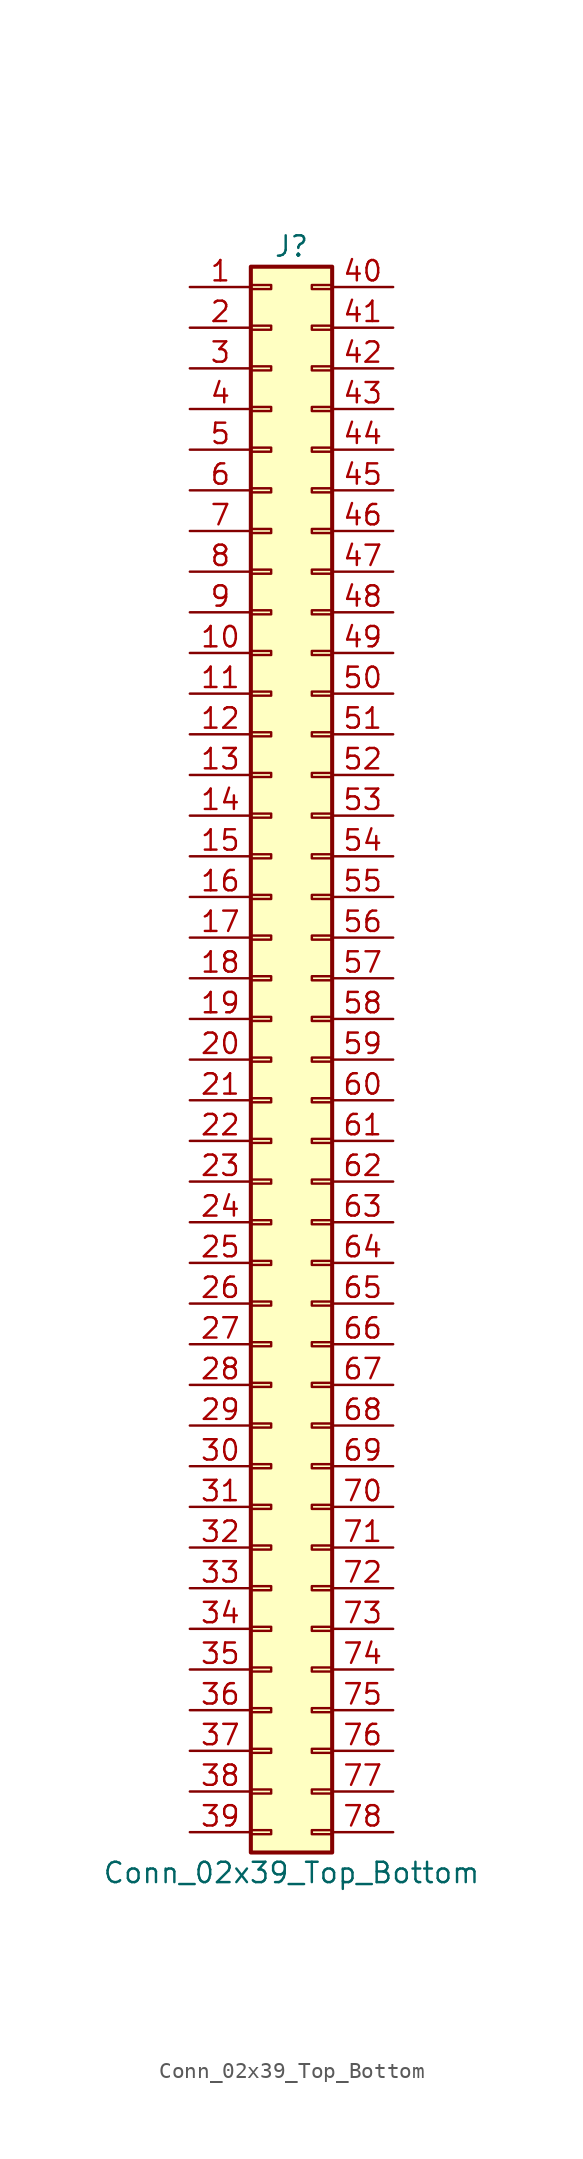
<source format=kicad_sym>
(kicad_symbol_lib
  (version 20201005)
  (generator kicad_symbol_editor)
  (symbol "Connector_Generic:Conn_02x39_Top_Bottom"
    (pin_names
      (offset 1.016) hide)
    (property "Reference" "J"
      (at 1.27 50.8 0)
      (effects (font (size 1.27 1.27))))
    (property "Value" "Conn_02x39_Top_Bottom"
      (at 1.27 -50.8 0)
      (effects (font (size 1.27 1.27))))
    (symbol "Conn_02x39_Top_Bottom_1_1"
      (rectangle (start -1.27 -27.813) (end 0 -28.067) (stroke (width 0.152)) (fill (type none)))
      (rectangle (start -1.27 -30.353) (end 0 -30.607) (stroke (width 0.152)) (fill (type none)))
      (rectangle (start -1.27 -32.893) (end 0 -33.147) (stroke (width 0.152)) (fill (type none)))
      (rectangle (start -1.27 -35.433) (end 0 -35.687) (stroke (width 0.152)) (fill (type none)))
      (rectangle (start -1.27 -37.973) (end 0 -38.227) (stroke (width 0.152)) (fill (type none)))
      (rectangle (start -1.27 -40.513) (end 0 -40.767) (stroke (width 0.152)) (fill (type none)))
      (rectangle (start -1.27 -43.053) (end 0 -43.307) (stroke (width 0.152)) (fill (type none)))
      (rectangle (start -1.27 -45.593) (end 0 -45.847) (stroke (width 0.152)) (fill (type none)))
      (rectangle (start -1.27 -48.133) (end 0 -48.387) (stroke (width 0.152)) (fill (type none)))
      (rectangle (start -1.27 -4.953) (end 0 -5.207) (stroke (width 0.152)) (fill (type none)))
      (rectangle (start -1.27 -7.493) (end 0 -7.747) (stroke (width 0.152)) (fill (type none)))
      (rectangle (start -1.27 -10.033) (end 0 -10.287) (stroke (width 0.152)) (fill (type none)))
      (rectangle (start -1.27 -12.573) (end 0 -12.827) (stroke (width 0.152)) (fill (type none)))
      (rectangle (start -1.27 -15.113) (end 0 -15.367) (stroke (width 0.152)) (fill (type none)))
      (rectangle (start -1.27 -17.653) (end 0 -17.907) (stroke (width 0.152)) (fill (type none)))
      (rectangle (start -1.27 -20.193) (end 0 -20.447) (stroke (width 0.152)) (fill (type none)))
      (rectangle (start -1.27 -22.733) (end 0 -22.987) (stroke (width 0.152)) (fill (type none)))
      (rectangle (start -1.27 -2.413) (end 0 -2.667) (stroke (width 0.152)) (fill (type none)))
      (rectangle (start -1.27 -25.273) (end 0 -25.527) (stroke (width 0.152)) (fill (type none)))
      (rectangle (start -1.27 25.527) (end 0 25.273) (stroke (width 0.152)) (fill (type none)))
      (rectangle (start -1.27 2.667) (end 0 2.413) (stroke (width 0.152)) (fill (type none)))
      (rectangle (start -1.27 28.067) (end 0 27.813) (stroke (width 0.152)) (fill (type none)))
      (rectangle (start -1.27 30.607) (end 0 30.353) (stroke (width 0.152)) (fill (type none)))
      (rectangle (start -1.27 33.147) (end 0 32.893) (stroke (width 0.152)) (fill (type none)))
      (rectangle (start -1.27 35.687) (end 0 35.433) (stroke (width 0.152)) (fill (type none)))
      (rectangle (start -1.27 38.227) (end 0 37.973) (stroke (width 0.152)) (fill (type none)))
      (rectangle (start -1.27 40.767) (end 0 40.513) (stroke (width 0.152)) (fill (type none)))
      (rectangle (start -1.27 43.307) (end 0 43.053) (stroke (width 0.152)) (fill (type none)))
      (rectangle (start -1.27 45.847) (end 0 45.593) (stroke (width 0.152)) (fill (type none)))
      (rectangle (start -1.27 48.387) (end 0 48.133) (stroke (width 0.152)) (fill (type none)))
      (rectangle (start -1.27 49.53) (end 3.81 -49.53) (stroke (width 0.254)) (fill (type background)))
      (rectangle (start -1.27 5.207) (end 0 4.953) (stroke (width 0.152)) (fill (type none)))
      (rectangle (start -1.27 7.747) (end 0 7.493) (stroke (width 0.152)) (fill (type none)))
      (rectangle (start -1.27 10.287) (end 0 10.033) (stroke (width 0.152)) (fill (type none)))
      (rectangle (start -1.27 0.127) (end 0 -0.127) (stroke (width 0.152)) (fill (type none)))
      (rectangle (start -1.27 12.827) (end 0 12.573) (stroke (width 0.152)) (fill (type none)))
      (rectangle (start -1.27 15.367) (end 0 15.113) (stroke (width 0.152)) (fill (type none)))
      (rectangle (start -1.27 17.907) (end 0 17.653) (stroke (width 0.152)) (fill (type none)))
      (rectangle (start -1.27 20.447) (end 0 20.193) (stroke (width 0.152)) (fill (type none)))
      (rectangle (start -1.27 22.987) (end 0 22.733) (stroke (width 0.152)) (fill (type none)))
      (rectangle (start 3.81 -27.813) (end 2.54 -28.067) (stroke (width 0.152)) (fill (type none)))
      (rectangle (start 3.81 -30.353) (end 2.54 -30.607) (stroke (width 0.152)) (fill (type none)))
      (rectangle (start 3.81 -32.893) (end 2.54 -33.147) (stroke (width 0.152)) (fill (type none)))
      (rectangle (start 3.81 -35.433) (end 2.54 -35.687) (stroke (width 0.152)) (fill (type none)))
      (rectangle (start 3.81 -37.973) (end 2.54 -38.227) (stroke (width 0.152)) (fill (type none)))
      (rectangle (start 3.81 -40.513) (end 2.54 -40.767) (stroke (width 0.152)) (fill (type none)))
      (rectangle (start 3.81 -43.053) (end 2.54 -43.307) (stroke (width 0.152)) (fill (type none)))
      (rectangle (start 3.81 -45.593) (end 2.54 -45.847) (stroke (width 0.152)) (fill (type none)))
      (rectangle (start 3.81 -48.133) (end 2.54 -48.387) (stroke (width 0.152)) (fill (type none)))
      (rectangle (start 3.81 -4.953) (end 2.54 -5.207) (stroke (width 0.152)) (fill (type none)))
      (rectangle (start 3.81 -7.493) (end 2.54 -7.747) (stroke (width 0.152)) (fill (type none)))
      (rectangle (start 3.81 -10.033) (end 2.54 -10.287) (stroke (width 0.152)) (fill (type none)))
      (rectangle (start 3.81 -12.573) (end 2.54 -12.827) (stroke (width 0.152)) (fill (type none)))
      (rectangle (start 3.81 -15.113) (end 2.54 -15.367) (stroke (width 0.152)) (fill (type none)))
      (rectangle (start 3.81 -17.653) (end 2.54 -17.907) (stroke (width 0.152)) (fill (type none)))
      (rectangle (start 3.81 -20.193) (end 2.54 -20.447) (stroke (width 0.152)) (fill (type none)))
      (rectangle (start 3.81 -22.733) (end 2.54 -22.987) (stroke (width 0.152)) (fill (type none)))
      (rectangle (start 3.81 -2.413) (end 2.54 -2.667) (stroke (width 0.152)) (fill (type none)))
      (rectangle (start 3.81 -25.273) (end 2.54 -25.527) (stroke (width 0.152)) (fill (type none)))
      (rectangle (start 3.81 25.527) (end 2.54 25.273) (stroke (width 0.152)) (fill (type none)))
      (rectangle (start 3.81 2.667) (end 2.54 2.413) (stroke (width 0.152)) (fill (type none)))
      (rectangle (start 3.81 28.067) (end 2.54 27.813) (stroke (width 0.152)) (fill (type none)))
      (rectangle (start 3.81 30.607) (end 2.54 30.353) (stroke (width 0.152)) (fill (type none)))
      (rectangle (start 3.81 33.147) (end 2.54 32.893) (stroke (width 0.152)) (fill (type none)))
      (rectangle (start 3.81 35.687) (end 2.54 35.433) (stroke (width 0.152)) (fill (type none)))
      (rectangle (start 3.81 38.227) (end 2.54 37.973) (stroke (width 0.152)) (fill (type none)))
      (rectangle (start 3.81 40.767) (end 2.54 40.513) (stroke (width 0.152)) (fill (type none)))
      (rectangle (start 3.81 43.307) (end 2.54 43.053) (stroke (width 0.152)) (fill (type none)))
      (rectangle (start 3.81 45.847) (end 2.54 45.593) (stroke (width 0.152)) (fill (type none)))
      (rectangle (start 3.81 48.387) (end 2.54 48.133) (stroke (width 0.152)) (fill (type none)))
      (rectangle (start 3.81 5.207) (end 2.54 4.953) (stroke (width 0.152)) (fill (type none)))
      (rectangle (start 3.81 7.747) (end 2.54 7.493) (stroke (width 0.152)) (fill (type none)))
      (rectangle (start 3.81 10.287) (end 2.54 10.033) (stroke (width 0.152)) (fill (type none)))
      (rectangle (start 3.81 0.127) (end 2.54 -0.127) (stroke (width 0.152)) (fill (type none)))
      (rectangle (start 3.81 12.827) (end 2.54 12.573) (stroke (width 0.152)) (fill (type none)))
      (rectangle (start 3.81 15.367) (end 2.54 15.113) (stroke (width 0.152)) (fill (type none)))
      (rectangle (start 3.81 17.907) (end 2.54 17.653) (stroke (width 0.152)) (fill (type none)))
      (rectangle (start 3.81 20.447) (end 2.54 20.193) (stroke (width 0.152)) (fill (type none)))
      (rectangle (start 3.81 22.987) (end 2.54 22.733) (stroke (width 0.152)) (fill (type none)))
      (pin passive line (at -5.08 48.26 0) (length 3.81) (name "Pin_1" (effects (font (size 1.27 1.27)))) (number "1" (effects (font (size 1.27 1.27)))))
      (pin passive line (at -5.08 25.4 0) (length 3.81) (name "Pin_10" (effects (font (size 1.27 1.27)))) (number "10" (effects (font (size 1.27 1.27)))))
      (pin passive line (at -5.08 22.86 0) (length 3.81) (name "Pin_11" (effects (font (size 1.27 1.27)))) (number "11" (effects (font (size 1.27 1.27)))))
      (pin passive line (at -5.08 20.32 0) (length 3.81) (name "Pin_12" (effects (font (size 1.27 1.27)))) (number "12" (effects (font (size 1.27 1.27)))))
      (pin passive line (at -5.08 17.78 0) (length 3.81) (name "Pin_13" (effects (font (size 1.27 1.27)))) (number "13" (effects (font (size 1.27 1.27)))))
      (pin passive line (at -5.08 15.24 0) (length 3.81) (name "Pin_14" (effects (font (size 1.27 1.27)))) (number "14" (effects (font (size 1.27 1.27)))))
      (pin passive line (at -5.08 12.7 0) (length 3.81) (name "Pin_15" (effects (font (size 1.27 1.27)))) (number "15" (effects (font (size 1.27 1.27)))))
      (pin passive line (at -5.08 10.16 0) (length 3.81) (name "Pin_16" (effects (font (size 1.27 1.27)))) (number "16" (effects (font (size 1.27 1.27)))))
      (pin passive line (at -5.08 7.62 0) (length 3.81) (name "Pin_17" (effects (font (size 1.27 1.27)))) (number "17" (effects (font (size 1.27 1.27)))))
      (pin passive line (at -5.08 5.08 0) (length 3.81) (name "Pin_18" (effects (font (size 1.27 1.27)))) (number "18" (effects (font (size 1.27 1.27)))))
      (pin passive line (at -5.08 2.54 0) (length 3.81) (name "Pin_19" (effects (font (size 1.27 1.27)))) (number "19" (effects (font (size 1.27 1.27)))))
      (pin passive line (at -5.08 45.72 0) (length 3.81) (name "Pin_2" (effects (font (size 1.27 1.27)))) (number "2" (effects (font (size 1.27 1.27)))))
      (pin passive line (at -5.08 0 0) (length 3.81) (name "Pin_20" (effects (font (size 1.27 1.27)))) (number "20" (effects (font (size 1.27 1.27)))))
      (pin passive line (at -5.08 -2.54 0) (length 3.81) (name "Pin_21" (effects (font (size 1.27 1.27)))) (number "21" (effects (font (size 1.27 1.27)))))
      (pin passive line (at -5.08 -5.08 0) (length 3.81) (name "Pin_22" (effects (font (size 1.27 1.27)))) (number "22" (effects (font (size 1.27 1.27)))))
      (pin passive line (at -5.08 -7.62 0) (length 3.81) (name "Pin_23" (effects (font (size 1.27 1.27)))) (number "23" (effects (font (size 1.27 1.27)))))
      (pin passive line (at -5.08 -10.16 0) (length 3.81) (name "Pin_24" (effects (font (size 1.27 1.27)))) (number "24" (effects (font (size 1.27 1.27)))))
      (pin passive line (at -5.08 -12.7 0) (length 3.81) (name "Pin_25" (effects (font (size 1.27 1.27)))) (number "25" (effects (font (size 1.27 1.27)))))
      (pin passive line (at -5.08 -15.24 0) (length 3.81) (name "Pin_26" (effects (font (size 1.27 1.27)))) (number "26" (effects (font (size 1.27 1.27)))))
      (pin passive line (at -5.08 -17.78 0) (length 3.81) (name "Pin_27" (effects (font (size 1.27 1.27)))) (number "27" (effects (font (size 1.27 1.27)))))
      (pin passive line (at -5.08 -20.32 0) (length 3.81) (name "Pin_28" (effects (font (size 1.27 1.27)))) (number "28" (effects (font (size 1.27 1.27)))))
      (pin passive line (at -5.08 -22.86 0) (length 3.81) (name "Pin_29" (effects (font (size 1.27 1.27)))) (number "29" (effects (font (size 1.27 1.27)))))
      (pin passive line (at -5.08 43.18 0) (length 3.81) (name "Pin_3" (effects (font (size 1.27 1.27)))) (number "3" (effects (font (size 1.27 1.27)))))
      (pin passive line (at -5.08 -25.4 0) (length 3.81) (name "Pin_30" (effects (font (size 1.27 1.27)))) (number "30" (effects (font (size 1.27 1.27)))))
      (pin passive line (at -5.08 -27.94 0) (length 3.81) (name "Pin_31" (effects (font (size 1.27 1.27)))) (number "31" (effects (font (size 1.27 1.27)))))
      (pin passive line (at -5.08 -30.48 0) (length 3.81) (name "Pin_32" (effects (font (size 1.27 1.27)))) (number "32" (effects (font (size 1.27 1.27)))))
      (pin passive line (at -5.08 -33.02 0) (length 3.81) (name "Pin_33" (effects (font (size 1.27 1.27)))) (number "33" (effects (font (size 1.27 1.27)))))
      (pin passive line (at -5.08 -35.56 0) (length 3.81) (name "Pin_34" (effects (font (size 1.27 1.27)))) (number "34" (effects (font (size 1.27 1.27)))))
      (pin passive line (at -5.08 -38.1 0) (length 3.81) (name "Pin_35" (effects (font (size 1.27 1.27)))) (number "35" (effects (font (size 1.27 1.27)))))
      (pin passive line (at -5.08 -40.64 0) (length 3.81) (name "Pin_36" (effects (font (size 1.27 1.27)))) (number "36" (effects (font (size 1.27 1.27)))))
      (pin passive line (at -5.08 -43.18 0) (length 3.81) (name "Pin_37" (effects (font (size 1.27 1.27)))) (number "37" (effects (font (size 1.27 1.27)))))
      (pin passive line (at -5.08 -45.72 0) (length 3.81) (name "Pin_38" (effects (font (size 1.27 1.27)))) (number "38" (effects (font (size 1.27 1.27)))))
      (pin passive line (at -5.08 -48.26 0) (length 3.81) (name "Pin_39" (effects (font (size 1.27 1.27)))) (number "39" (effects (font (size 1.27 1.27)))))
      (pin passive line (at -5.08 40.64 0) (length 3.81) (name "Pin_4" (effects (font (size 1.27 1.27)))) (number "4" (effects (font (size 1.27 1.27)))))
      (pin passive line (at 7.62 48.26 180) (length 3.81) (name "Pin_40" (effects (font (size 1.27 1.27)))) (number "40" (effects (font (size 1.27 1.27)))))
      (pin passive line (at 7.62 45.72 180) (length 3.81) (name "Pin_41" (effects (font (size 1.27 1.27)))) (number "41" (effects (font (size 1.27 1.27)))))
      (pin passive line (at 7.62 43.18 180) (length 3.81) (name "Pin_42" (effects (font (size 1.27 1.27)))) (number "42" (effects (font (size 1.27 1.27)))))
      (pin passive line (at 7.62 40.64 180) (length 3.81) (name "Pin_43" (effects (font (size 1.27 1.27)))) (number "43" (effects (font (size 1.27 1.27)))))
      (pin passive line (at 7.62 38.1 180) (length 3.81) (name "Pin_44" (effects (font (size 1.27 1.27)))) (number "44" (effects (font (size 1.27 1.27)))))
      (pin passive line (at 7.62 35.56 180) (length 3.81) (name "Pin_45" (effects (font (size 1.27 1.27)))) (number "45" (effects (font (size 1.27 1.27)))))
      (pin passive line (at 7.62 33.02 180) (length 3.81) (name "Pin_46" (effects (font (size 1.27 1.27)))) (number "46" (effects (font (size 1.27 1.27)))))
      (pin passive line (at 7.62 30.48 180) (length 3.81) (name "Pin_47" (effects (font (size 1.27 1.27)))) (number "47" (effects (font (size 1.27 1.27)))))
      (pin passive line (at 7.62 27.94 180) (length 3.81) (name "Pin_48" (effects (font (size 1.27 1.27)))) (number "48" (effects (font (size 1.27 1.27)))))
      (pin passive line (at 7.62 25.4 180) (length 3.81) (name "Pin_49" (effects (font (size 1.27 1.27)))) (number "49" (effects (font (size 1.27 1.27)))))
      (pin passive line (at -5.08 38.1 0) (length 3.81) (name "Pin_5" (effects (font (size 1.27 1.27)))) (number "5" (effects (font (size 1.27 1.27)))))
      (pin passive line (at 7.62 22.86 180) (length 3.81) (name "Pin_50" (effects (font (size 1.27 1.27)))) (number "50" (effects (font (size 1.27 1.27)))))
      (pin passive line (at 7.62 20.32 180) (length 3.81) (name "Pin_51" (effects (font (size 1.27 1.27)))) (number "51" (effects (font (size 1.27 1.27)))))
      (pin passive line (at 7.62 17.78 180) (length 3.81) (name "Pin_52" (effects (font (size 1.27 1.27)))) (number "52" (effects (font (size 1.27 1.27)))))
      (pin passive line (at 7.62 15.24 180) (length 3.81) (name "Pin_53" (effects (font (size 1.27 1.27)))) (number "53" (effects (font (size 1.27 1.27)))))
      (pin passive line (at 7.62 12.7 180) (length 3.81) (name "Pin_54" (effects (font (size 1.27 1.27)))) (number "54" (effects (font (size 1.27 1.27)))))
      (pin passive line (at 7.62 10.16 180) (length 3.81) (name "Pin_55" (effects (font (size 1.27 1.27)))) (number "55" (effects (font (size 1.27 1.27)))))
      (pin passive line (at 7.62 7.62 180) (length 3.81) (name "Pin_56" (effects (font (size 1.27 1.27)))) (number "56" (effects (font (size 1.27 1.27)))))
      (pin passive line (at 7.62 5.08 180) (length 3.81) (name "Pin_57" (effects (font (size 1.27 1.27)))) (number "57" (effects (font (size 1.27 1.27)))))
      (pin passive line (at 7.62 2.54 180) (length 3.81) (name "Pin_58" (effects (font (size 1.27 1.27)))) (number "58" (effects (font (size 1.27 1.27)))))
      (pin passive line (at 7.62 0 180) (length 3.81) (name "Pin_59" (effects (font (size 1.27 1.27)))) (number "59" (effects (font (size 1.27 1.27)))))
      (pin passive line (at -5.08 35.56 0) (length 3.81) (name "Pin_6" (effects (font (size 1.27 1.27)))) (number "6" (effects (font (size 1.27 1.27)))))
      (pin passive line (at 7.62 -2.54 180) (length 3.81) (name "Pin_60" (effects (font (size 1.27 1.27)))) (number "60" (effects (font (size 1.27 1.27)))))
      (pin passive line (at 7.62 -5.08 180) (length 3.81) (name "Pin_61" (effects (font (size 1.27 1.27)))) (number "61" (effects (font (size 1.27 1.27)))))
      (pin passive line (at 7.62 -7.62 180) (length 3.81) (name "Pin_62" (effects (font (size 1.27 1.27)))) (number "62" (effects (font (size 1.27 1.27)))))
      (pin passive line (at 7.62 -10.16 180) (length 3.81) (name "Pin_63" (effects (font (size 1.27 1.27)))) (number "63" (effects (font (size 1.27 1.27)))))
      (pin passive line (at 7.62 -12.7 180) (length 3.81) (name "Pin_64" (effects (font (size 1.27 1.27)))) (number "64" (effects (font (size 1.27 1.27)))))
      (pin passive line (at 7.62 -15.24 180) (length 3.81) (name "Pin_65" (effects (font (size 1.27 1.27)))) (number "65" (effects (font (size 1.27 1.27)))))
      (pin passive line (at 7.62 -17.78 180) (length 3.81) (name "Pin_66" (effects (font (size 1.27 1.27)))) (number "66" (effects (font (size 1.27 1.27)))))
      (pin passive line (at 7.62 -20.32 180) (length 3.81) (name "Pin_67" (effects (font (size 1.27 1.27)))) (number "67" (effects (font (size 1.27 1.27)))))
      (pin passive line (at 7.62 -22.86 180) (length 3.81) (name "Pin_68" (effects (font (size 1.27 1.27)))) (number "68" (effects (font (size 1.27 1.27)))))
      (pin passive line (at 7.62 -25.4 180) (length 3.81) (name "Pin_69" (effects (font (size 1.27 1.27)))) (number "69" (effects (font (size 1.27 1.27)))))
      (pin passive line (at -5.08 33.02 0) (length 3.81) (name "Pin_7" (effects (font (size 1.27 1.27)))) (number "7" (effects (font (size 1.27 1.27)))))
      (pin passive line (at 7.62 -27.94 180) (length 3.81) (name "Pin_70" (effects (font (size 1.27 1.27)))) (number "70" (effects (font (size 1.27 1.27)))))
      (pin passive line (at 7.62 -30.48 180) (length 3.81) (name "Pin_71" (effects (font (size 1.27 1.27)))) (number "71" (effects (font (size 1.27 1.27)))))
      (pin passive line (at 7.62 -33.02 180) (length 3.81) (name "Pin_72" (effects (font (size 1.27 1.27)))) (number "72" (effects (font (size 1.27 1.27)))))
      (pin passive line (at 7.62 -35.56 180) (length 3.81) (name "Pin_73" (effects (font (size 1.27 1.27)))) (number "73" (effects (font (size 1.27 1.27)))))
      (pin passive line (at 7.62 -38.1 180) (length 3.81) (name "Pin_74" (effects (font (size 1.27 1.27)))) (number "74" (effects (font (size 1.27 1.27)))))
      (pin passive line (at 7.62 -40.64 180) (length 3.81) (name "Pin_75" (effects (font (size 1.27 1.27)))) (number "75" (effects (font (size 1.27 1.27)))))
      (pin passive line (at 7.62 -43.18 180) (length 3.81) (name "Pin_76" (effects (font (size 1.27 1.27)))) (number "76" (effects (font (size 1.27 1.27)))))
      (pin passive line (at 7.62 -45.72 180) (length 3.81) (name "Pin_77" (effects (font (size 1.27 1.27)))) (number "77" (effects (font (size 1.27 1.27)))))
      (pin passive line (at 7.62 -48.26 180) (length 3.81) (name "Pin_78" (effects (font (size 1.27 1.27)))) (number "78" (effects (font (size 1.27 1.27)))))
      (pin passive line (at -5.08 30.48 0) (length 3.81) (name "Pin_8" (effects (font (size 1.27 1.27)))) (number "8" (effects (font (size 1.27 1.27)))))
      (pin passive line (at -5.08 27.94 0) (length 3.81) (name "Pin_9" (effects (font (size 1.27 1.27)))) (number "9" (effects (font (size 1.27 1.27))))))))
</source>
